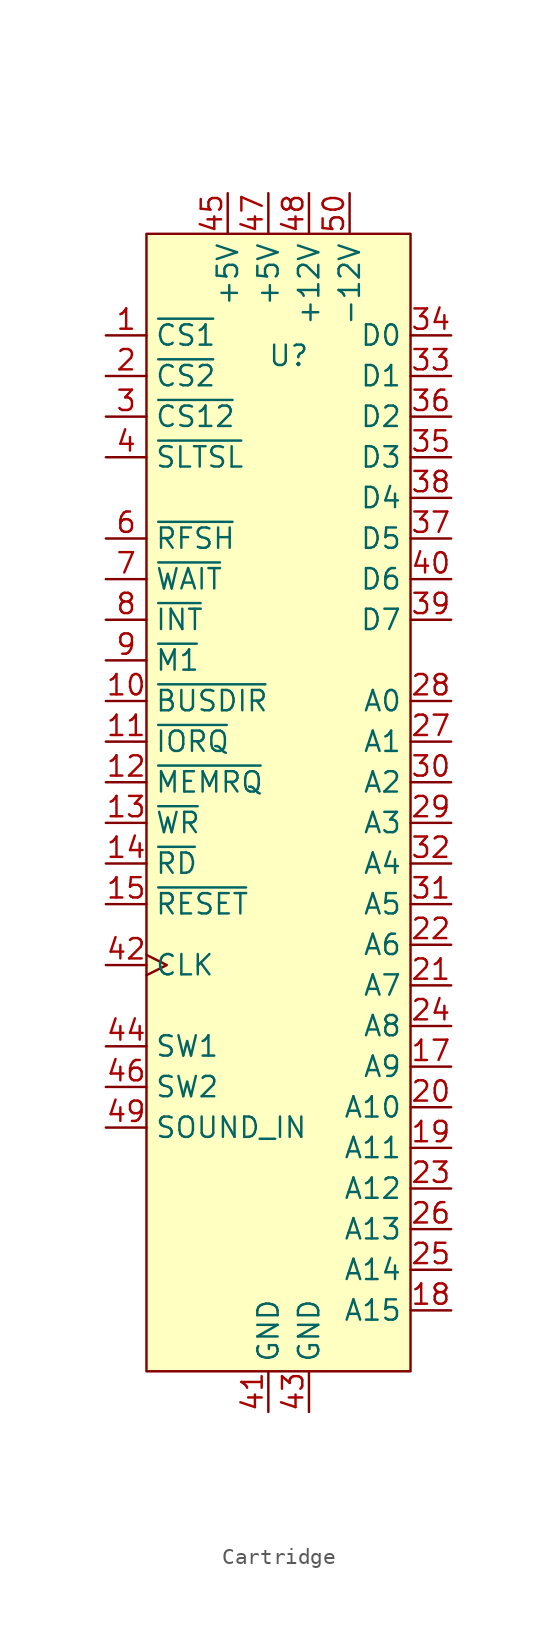
<source format=kicad_sym>
(kicad_symbol_lib
  (version 20231120)
  (generator "kicad_symbol_editor")
  (generator_version "8.0")
  (symbol "Cartridge"
    (property "Reference" "U"
      (at 0 -5.08 0)
      (effects (font (size 1.27 1.27))))
    (property "Value" ""
      (at 0 0 0)
      (effects (font (size 1.27 1.27))))
    (symbol "Cartridge_1_1"
      (rectangle (start -8.89 2.54) (end 7.62 -68.58) (stroke (width 0) (type default)) (fill (type background)))
      (pin input line (at -11.43 -3.81 0) (length 2.54) (name "~{CS1}" (effects (font (size 1.27 1.27)))) (number "1" (effects (font (size 1.27 1.27)))))
      (pin output line (at -11.43 -26.67 0) (length 2.54) (name "~{BUSDIR}" (effects (font (size 1.27 1.27)))) (number "10" (effects (font (size 1.27 1.27)))))
      (pin input line (at -11.43 -29.21 0) (length 2.54) (name "~{IORQ}" (effects (font (size 1.27 1.27)))) (number "11" (effects (font (size 1.27 1.27)))))
      (pin input line (at -11.43 -31.75 0) (length 2.54) (name "~{MEMRQ}" (effects (font (size 1.27 1.27)))) (number "12" (effects (font (size 1.27 1.27)))))
      (pin input line (at -11.43 -34.29 0) (length 2.54) (name "~{WR}" (effects (font (size 1.27 1.27)))) (number "13" (effects (font (size 1.27 1.27)))))
      (pin input line (at -11.43 -36.83 0) (length 2.54) (name "~{RD}" (effects (font (size 1.27 1.27)))) (number "14" (effects (font (size 1.27 1.27)))))
      (pin input line (at -11.43 -39.37 0) (length 2.54) (name "~{RESET}" (effects (font (size 1.27 1.27)))) (number "15" (effects (font (size 1.27 1.27)))))
      (pin input line (at 10.16 -49.53 180) (length 2.54) (name "A9" (effects (font (size 1.27 1.27)))) (number "17" (effects (font (size 1.27 1.27)))))
      (pin input line (at 10.16 -64.77 180) (length 2.54) (name "A15" (effects (font (size 1.27 1.27)))) (number "18" (effects (font (size 1.27 1.27)))))
      (pin input line (at 10.16 -54.61 180) (length 2.54) (name "A11" (effects (font (size 1.27 1.27)))) (number "19" (effects (font (size 1.27 1.27)))))
      (pin input line (at -11.43 -6.35 0) (length 2.54) (name "~{CS2}" (effects (font (size 1.27 1.27)))) (number "2" (effects (font (size 1.27 1.27)))))
      (pin input line (at 10.16 -52.07 180) (length 2.54) (name "A10" (effects (font (size 1.27 1.27)))) (number "20" (effects (font (size 1.27 1.27)))))
      (pin input line (at 10.16 -44.45 180) (length 2.54) (name "A7" (effects (font (size 1.27 1.27)))) (number "21" (effects (font (size 1.27 1.27)))))
      (pin input line (at 10.16 -41.91 180) (length 2.54) (name "A6" (effects (font (size 1.27 1.27)))) (number "22" (effects (font (size 1.27 1.27)))))
      (pin input line (at 10.16 -57.15 180) (length 2.54) (name "A12" (effects (font (size 1.27 1.27)))) (number "23" (effects (font (size 1.27 1.27)))))
      (pin input line (at 10.16 -46.99 180) (length 2.54) (name "A8" (effects (font (size 1.27 1.27)))) (number "24" (effects (font (size 1.27 1.27)))))
      (pin input line (at 10.16 -62.23 180) (length 2.54) (name "A14" (effects (font (size 1.27 1.27)))) (number "25" (effects (font (size 1.27 1.27)))))
      (pin input line (at 10.16 -59.69 180) (length 2.54) (name "A13" (effects (font (size 1.27 1.27)))) (number "26" (effects (font (size 1.27 1.27)))))
      (pin input line (at 10.16 -29.21 180) (length 2.54) (name "A1" (effects (font (size 1.27 1.27)))) (number "27" (effects (font (size 1.27 1.27)))))
      (pin input line (at 10.16 -26.67 180) (length 2.54) (name "A0" (effects (font (size 1.27 1.27)))) (number "28" (effects (font (size 1.27 1.27)))))
      (pin input line (at 10.16 -34.29 180) (length 2.54) (name "A3" (effects (font (size 1.27 1.27)))) (number "29" (effects (font (size 1.27 1.27)))))
      (pin input line (at -11.43 -8.89 0) (length 2.54) (name "~{CS12}" (effects (font (size 1.27 1.27)))) (number "3" (effects (font (size 1.27 1.27)))))
      (pin input line (at 10.16 -31.75 180) (length 2.54) (name "A2" (effects (font (size 1.27 1.27)))) (number "30" (effects (font (size 1.27 1.27)))))
      (pin input line (at 10.16 -39.37 180) (length 2.54) (name "A5" (effects (font (size 1.27 1.27)))) (number "31" (effects (font (size 1.27 1.27)))))
      (pin input line (at 10.16 -36.83 180) (length 2.54) (name "A4" (effects (font (size 1.27 1.27)))) (number "32" (effects (font (size 1.27 1.27)))))
      (pin bidirectional line (at 10.16 -6.35 180) (length 2.54) (name "D1" (effects (font (size 1.27 1.27)))) (number "33" (effects (font (size 1.27 1.27)))))
      (pin bidirectional line (at 10.16 -3.81 180) (length 2.54) (name "D0" (effects (font (size 1.27 1.27)))) (number "34" (effects (font (size 1.27 1.27)))))
      (pin bidirectional line (at 10.16 -11.43 180) (length 2.54) (name "D3" (effects (font (size 1.27 1.27)))) (number "35" (effects (font (size 1.27 1.27)))))
      (pin bidirectional line (at 10.16 -8.89 180) (length 2.54) (name "D2" (effects (font (size 1.27 1.27)))) (number "36" (effects (font (size 1.27 1.27)))))
      (pin bidirectional line (at 10.16 -16.51 180) (length 2.54) (name "D5" (effects (font (size 1.27 1.27)))) (number "37" (effects (font (size 1.27 1.27)))))
      (pin bidirectional line (at 10.16 -13.97 180) (length 2.54) (name "D4" (effects (font (size 1.27 1.27)))) (number "38" (effects (font (size 1.27 1.27)))))
      (pin bidirectional line (at 10.16 -21.59 180) (length 2.54) (name "D7" (effects (font (size 1.27 1.27)))) (number "39" (effects (font (size 1.27 1.27)))))
      (pin input line (at -11.43 -11.43 0) (length 2.54) (name "~{SLTSL}" (effects (font (size 1.27 1.27)))) (number "4" (effects (font (size 1.27 1.27)))))
      (pin bidirectional line (at 10.16 -19.05 180) (length 2.54) (name "D6" (effects (font (size 1.27 1.27)))) (number "40" (effects (font (size 1.27 1.27)))))
      (pin power_in line (at -1.27 -71.12 90) (length 2.54) (name "GND" (effects (font (size 1.27 1.27)))) (number "41" (effects (font (size 1.27 1.27)))))
      (pin input clock (at -11.43 -43.18 0) (length 2.54) (name "CLK" (effects (font (size 1.27 1.27)))) (number "42" (effects (font (size 1.27 1.27)))))
      (pin power_in line (at 1.27 -71.12 90) (length 2.54) (name "GND" (effects (font (size 1.27 1.27)))) (number "43" (effects (font (size 1.27 1.27)))))
      (pin output line (at -11.43 -48.26 0) (length 2.54) (name "SW1" (effects (font (size 1.27 1.27)))) (number "44" (effects (font (size 1.27 1.27)))))
      (pin power_in line (at -3.81 5.08 270) (length 2.54) (name "+5V" (effects (font (size 1.27 1.27)))) (number "45" (effects (font (size 1.27 1.27)))))
      (pin output line (at -11.43 -50.8 0) (length 2.54) (name "SW2" (effects (font (size 1.27 1.27)))) (number "46" (effects (font (size 1.27 1.27)))))
      (pin power_in line (at -1.27 5.08 270) (length 2.54) (name "+5V" (effects (font (size 1.27 1.27)))) (number "47" (effects (font (size 1.27 1.27)))))
      (pin power_in line (at 1.27 5.08 270) (length 2.54) (name "+12V" (effects (font (size 1.27 1.27)))) (number "48" (effects (font (size 1.27 1.27)))))
      (pin input line (at -11.43 -53.34 0) (length 2.54) (name "SOUND_IN" (effects (font (size 1.27 1.27)))) (number "49" (effects (font (size 1.27 1.27)))))
      (pin power_in line (at 3.81 5.08 270) (length 2.54) (name "-12V" (effects (font (size 1.27 1.27)))) (number "50" (effects (font (size 1.27 1.27)))))
      (pin input line (at -11.43 -16.51 0) (length 2.54) (name "~{RFSH}" (effects (font (size 1.27 1.27)))) (number "6" (effects (font (size 1.27 1.27)))))
      (pin output line (at -11.43 -19.05 0) (length 2.54) (name "~{WAIT}" (effects (font (size 1.27 1.27)))) (number "7" (effects (font (size 1.27 1.27)))))
      (pin output line (at -11.43 -21.59 0) (length 2.54) (name "~{INT}" (effects (font (size 1.27 1.27)))) (number "8" (effects (font (size 1.27 1.27)))))
      (pin input line (at -11.43 -24.13 0) (length 2.54) (name "~{M1}" (effects (font (size 1.27 1.27)))) (number "9" (effects (font (size 1.27 1.27))))))))
</source>
